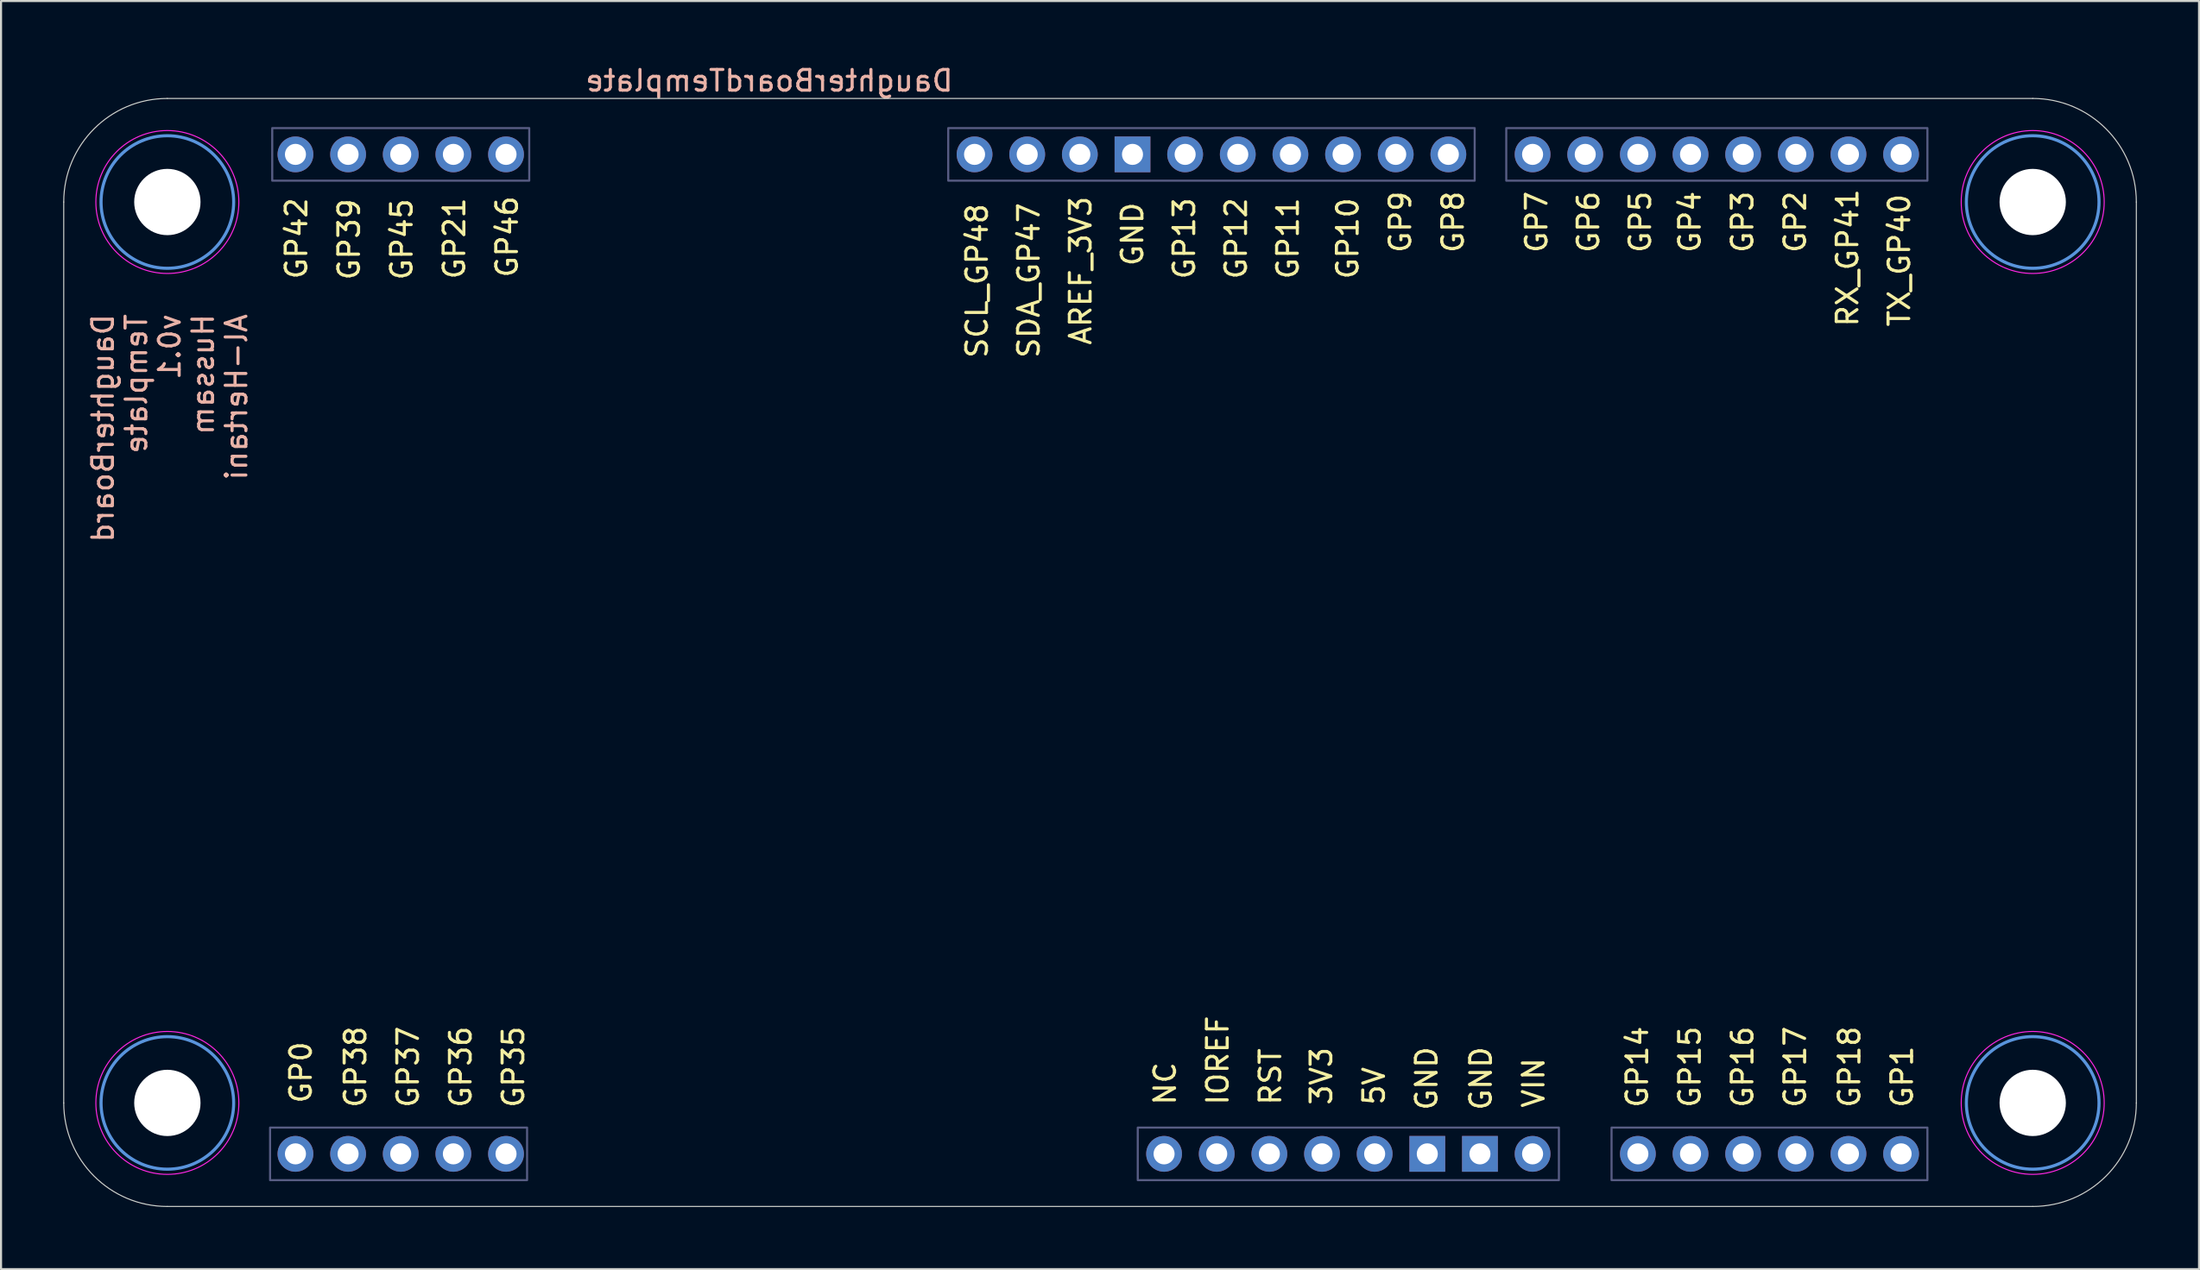
<source format=kicad_pcb>
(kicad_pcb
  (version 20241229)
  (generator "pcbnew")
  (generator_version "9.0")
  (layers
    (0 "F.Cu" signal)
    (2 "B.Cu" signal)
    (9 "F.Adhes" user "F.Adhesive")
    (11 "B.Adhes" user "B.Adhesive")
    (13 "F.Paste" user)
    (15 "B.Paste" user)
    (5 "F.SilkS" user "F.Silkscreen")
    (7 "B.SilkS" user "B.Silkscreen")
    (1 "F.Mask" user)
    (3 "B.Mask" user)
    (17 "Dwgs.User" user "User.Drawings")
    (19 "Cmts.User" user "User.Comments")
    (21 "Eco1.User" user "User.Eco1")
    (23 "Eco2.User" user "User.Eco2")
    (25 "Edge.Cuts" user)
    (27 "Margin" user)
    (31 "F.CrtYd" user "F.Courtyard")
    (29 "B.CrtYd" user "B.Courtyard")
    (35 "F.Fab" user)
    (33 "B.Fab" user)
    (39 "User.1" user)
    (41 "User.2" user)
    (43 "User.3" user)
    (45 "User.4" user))
  (footprint "DaughterBoardTemplate"
    (layer "F.Cu")
    (at 49.305 30.058)
    (property "Reference" "DaughterBoardTemplate" (at -15.24 -29.21 0) (layer "B.SilkS") (effects (font (size 1 1) (thickness 0.15)) (justify mirror)))
    (attr through_hole)
    (fp_circle (center -44.28 -23.354) (end -41.08 -23.354) (stroke (width 0.15) (type solid)) (fill no) (layer "Cmts.User"))
    (fp_circle (center -44.28 20.146) (end -41.08 20.146) (stroke (width 0.15) (type solid)) (fill no) (layer "Cmts.User"))
    (fp_circle (center 45.72 -23.354) (end 48.92 -23.354) (stroke (width 0.15) (type solid)) (fill no) (layer "Cmts.User"))
    (fp_circle (center 45.72 20.146) (end 48.92 20.146) (stroke (width 0.15) (type solid)) (fill no) (layer "Cmts.User"))
    (fp_line (start -49.28 20.146) (end -49.28 -23.354) (stroke (width 0.05) (type default)) (layer "Edge.Cuts"))
    (fp_line (start -44.28 -28.354) (end 45.72 -28.354) (stroke (width 0.05) (type default)) (layer "Edge.Cuts"))
    (fp_line (start 45.72 25.146) (end -44.28 25.146) (stroke (width 0.05) (type default)) (layer "Edge.Cuts"))
    (fp_line (start 50.72 -23.354) (end 50.72 20.146) (stroke (width 0.05) (type default)) (layer "Edge.Cuts"))
    (fp_arc (start -49.28 -23.354) (mid -47.815534 -26.889534) (end -44.28 -28.354) (stroke (width 0.05) (type default)) (layer "Edge.Cuts"))
    (fp_arc (start -44.28 25.146) (mid -47.815534 23.681534) (end -49.28 20.146) (stroke (width 0.05) (type default)) (layer "Edge.Cuts"))
    (fp_arc (start 45.72 -28.354) (mid 49.255534 -26.889534) (end 50.72 -23.354) (stroke (width 0.05) (type default)) (layer "Edge.Cuts"))
    (fp_arc (start 50.72 20.146) (mid 49.255534 23.681534) (end 45.72 25.146) (stroke (width 0.05) (type default)) (layer "Edge.Cuts"))
    (fp_circle (center -44.28 -23.354) (end -40.83 -23.354) (stroke (width 0.05) (type solid)) (fill no) (layer "F.CrtYd"))
    (fp_circle (center -44.28 20.146) (end -40.83 20.146) (stroke (width 0.05) (type solid)) (fill no) (layer "F.CrtYd"))
    (fp_circle (center 45.72 -23.354) (end 49.17 -23.354) (stroke (width 0.05) (type solid)) (fill no) (layer "F.CrtYd"))
    (fp_circle (center 45.72 20.146) (end 49.17 20.146) (stroke (width 0.05) (type solid)) (fill no) (layer "F.CrtYd"))
    (fp_rect (start -39.324 21.336) (end -26.924 23.876) (stroke (width 0.1) (type solid)) (fill no) (layer "B.Fab"))
    (fp_rect (start -39.22 -26.924) (end -26.82 -24.384) (stroke (width 0.1) (type solid)) (fill no) (layer "B.Fab"))
    (fp_rect (start -6.604 -26.924) (end 18.796 -24.384) (stroke (width 0.1) (type solid)) (fill no) (layer "B.Fab"))
    (fp_rect (start 2.54 21.336) (end 22.86 23.876) (stroke (width 0.1) (type solid)) (fill no) (layer "B.Fab"))
    (fp_rect (start 20.32 -26.924) (end 40.64 -24.384) (stroke (width 0.1) (type solid)) (fill no) (layer "B.Fab"))
    (fp_rect (start 25.4 21.336) (end 40.64 23.876) (stroke (width 0.1) (type solid)) (fill no) (layer "B.Fab"))
    (fp_text user "GP45" (at -32.385 -19.5 90) (unlocked yes) (layer "F.SilkS") (effects (font (size 1 1) (thickness 0.15)) (justify left bottom)))
    (fp_text user "GP21" (at -29.845 -19.544 90) (unlocked yes) (layer "F.SilkS") (effects (font (size 1 1) (thickness 0.15)) (justify left bottom)))
    (fp_text user "GP8" (at 18.335 -20.814 90) (unlocked yes) (layer "F.SilkS") (effects (font (size 1 1) (thickness 0.15)) (justify left bottom)))
    (fp_text user "3V3" (at 11.985 20.334 90) (unlocked yes) (layer "F.SilkS") (effects (font (size 1 1) (thickness 0.15)) (justify left bottom)))
    (fp_text user "5V" (at 14.525 20.334 90) (unlocked yes) (layer "F.SilkS") (effects (font (size 1 1) (thickness 0.15)) (justify left bottom)))
    (fp_text user "GND" (at 2.87 -20.179 90) (unlocked yes) (layer "F.SilkS") (effects (font (size 1 1) (thickness 0.15)) (justify left bottom)))
    (fp_text user "GP2" (at 34.845 -20.814 90) (unlocked yes) (layer "F.SilkS") (effects (font (size 1 1) (thickness 0.15)) (justify left bottom)))
    (fp_text user "GP35" (at -27 20.461 90) (unlocked yes) (layer "F.SilkS") (effects (font (size 1 1) (thickness 0.15)) (justify left bottom)))
    (fp_text user "VIN" (at 22.225 20.461 90) (unlocked yes) (layer "F.SilkS") (effects (font (size 1 1) (thickness 0.15)) (justify left bottom)))
    (fp_text user "NC" (at 4.445 20.334 90) (unlocked yes) (layer "F.SilkS") (effects (font (size 1 1) (thickness 0.15)) (justify left bottom)))
    (fp_text user "RST" (at 9.525 20.334 90) (unlocked yes) (layer "F.SilkS") (effects (font (size 1 1) (thickness 0.15)) (justify left bottom)))
    (fp_text user "GP36" (at -29.54 20.461 90) (unlocked yes) (layer "F.SilkS") (effects (font (size 1 1) (thickness 0.15)) (justify left bottom)))
    (fp_text user "GP1" (at 40.005 20.461 90) (unlocked yes) (layer "F.SilkS") (effects (font (size 1 1) (thickness 0.15)) (justify left bottom)))
    (fp_text user "SDA_GP47" (at -2.13 -15.734 90) (unlocked yes) (layer "F.SilkS") (effects (font (size 1 1) (thickness 0.15)) (justify left bottom)))
    (fp_text user "GP7" (at 22.37 -20.814 90) (unlocked yes) (layer "F.SilkS") (effects (font (size 1 1) (thickness 0.15)) (justify left bottom)))
    (fp_text user "GP12" (at 7.87 -19.544 90) (unlocked yes) (layer "F.SilkS") (effects (font (size 1 1) (thickness 0.15)) (justify left bottom)))
    (fp_text user "GND" (at 17.065 20.588 90) (unlocked yes) (layer "F.SilkS") (effects (font (size 1 1) (thickness 0.15)) (justify left bottom)))
    (fp_text user "GP11" (at 10.37 -19.544 90) (unlocked yes) (layer "F.SilkS") (effects (font (size 1 1) (thickness 0.15)) (justify left bottom)))
    (fp_text user "GP13" (at 5.37 -19.544 90) (unlocked yes) (layer "F.SilkS") (effects (font (size 1 1) (thickness 0.15)) (justify left bottom)))
    (fp_text user "TX_GP40" (at 39.87 -17.25 90) (unlocked yes) (layer "F.SilkS") (effects (font (size 1 1) (thickness 0.15)) (justify left bottom)))
    (fp_text user "GP39" (at -34.925 -19.5 90) (unlocked yes) (layer "F.SilkS") (effects (font (size 1 1) (thickness 0.15)) (justify left bottom)))
    (fp_text user "GP42" (at -37.465 -19.544 90) (unlocked yes) (layer "F.SilkS") (effects (font (size 1 1) (thickness 0.15)) (justify left bottom)))
    (fp_text user "GP9" (at 15.795 -20.814 90) (unlocked yes) (layer "F.SilkS") (effects (font (size 1 1) (thickness 0.15)) (justify left bottom)))
    (fp_text user "RX_GP41" (at 37.37 -17.25 90) (unlocked yes) (layer "F.SilkS") (effects (font (size 1 1) (thickness 0.15)) (justify left bottom)))
    (fp_text user "GP38" (at -34.62 20.461 90) (unlocked yes) (layer "F.SilkS") (effects (font (size 1 1) (thickness 0.15)) (justify left bottom)))
    (fp_text user "GP37" (at -32.08 20.461 90) (unlocked yes) (layer "F.SilkS") (effects (font (size 1 1) (thickness 0.15)) (justify left bottom)))
    (fp_text user "GND" (at 19.685 20.588 90) (unlocked yes) (layer "F.SilkS") (effects (font (size 1 1) (thickness 0.15)) (justify left bottom)))
    (fp_text user "GP5" (at 27.37 -20.814 90) (unlocked yes) (layer "F.SilkS") (effects (font (size 1 1) (thickness 0.15)) (justify left bottom)))
    (fp_text user "GP46" (at -27.305 -19.624 90) (unlocked yes) (layer "F.SilkS") (effects (font (size 1 1) (thickness 0.15)) (justify left bottom)))
    (fp_text user "GP14" (at 27.225 20.461 90) (unlocked yes) (layer "F.SilkS") (effects (font (size 1 1) (thickness 0.15)) (justify left bottom)))
    (fp_text user "SCL_GP48" (at -4.63 -15.734 90) (unlocked yes) (layer "F.SilkS") (effects (font (size 1 1) (thickness 0.15)) (justify left bottom)))
    (fp_text user "GP3" (at 32.305 -20.814 90) (unlocked yes) (layer "F.SilkS") (effects (font (size 1 1) (thickness 0.15)) (justify left bottom)))
    (fp_text user "GP15" (at 29.765 20.461 90) (unlocked yes) (layer "F.SilkS") (effects (font (size 1 1) (thickness 0.15)) (justify left bottom)))
    (fp_text user "GP4" (at 29.765 -20.814 90) (unlocked yes) (layer "F.SilkS") (effects (font (size 1 1) (thickness 0.15)) (justify left bottom)))
    (fp_text user "AREF_3V3" (at 0.37 -16.369 90) (unlocked yes) (layer "F.SilkS") (effects (font (size 1 1) (thickness 0.15)) (justify left bottom)))
    (fp_text user "GP18" (at 37.465 20.461 90) (unlocked yes) (layer "F.SilkS") (effects (font (size 1 1) (thickness 0.15)) (justify left bottom)))
    (fp_text user "GP17" (at 34.845 20.461 90) (unlocked yes) (layer "F.SilkS") (effects (font (size 1 1) (thickness 0.15)) (justify left bottom)))
    (fp_text user "GP16" (at 32.305 20.461 90) (unlocked yes) (layer "F.SilkS") (effects (font (size 1 1) (thickness 0.15)) (justify left bottom)))
    (fp_text user "GP6" (at 24.87 -20.814 90) (unlocked yes) (layer "F.SilkS") (effects (font (size 1 1) (thickness 0.15)) (justify left bottom)))
    (fp_text user "GP0" (at -37.25 20.25 90) (unlocked yes) (layer "F.SilkS") (effects (font (size 1 1) (thickness 0.15)) (justify left bottom)))
    (fp_text user "GP10" (at 13.255 -19.544 90) (unlocked yes) (layer "F.SilkS") (effects (font (size 1 1) (thickness 0.15)) (justify left bottom)))
    (fp_text user "IOREF" (at 6.985 20.334 90) (unlocked yes) (layer "F.SilkS") (effects (font (size 1 1) (thickness 0.15)) (justify left bottom)))
    (fp_text_box "DaughterBoard\nTemplate v0.1\nHussam\nAl-Hertani" (start -48.721 -18.782) (end -31.957 -8.114) (margins 0.75 0.75 0.75 0.75) (angle 90) (layer "B.SilkS") (effects (font (size 1 1) (thickness 0.15)) (justify left top mirror)) (border no) (stroke (width 0) (type solid)))
    (pad "" np_thru_hole circle (at -44.28 -23.354) (size 3.2 3.2) (drill 3.2) (layers "*.Cu" "*.Mask"))
    (pad "" np_thru_hole circle (at -44.28 20.146) (size 3.2 3.2) (drill 3.2) (layers "*.Cu" "*.Mask"))
    (pad "" np_thru_hole circle (at 45.72 -23.354) (size 3.2 3.2) (drill 3.2) (layers "*.Cu" "*.Mask"))
    (pad "" np_thru_hole circle (at 45.72 20.146) (size 3.2 3.2) (drill 3.2) (layers "*.Cu" "*.Mask"))
    (pad "0" thru_hole oval (at -38.1 22.606) (size 1.727 1.727) (drill 1.016) (layers "*.Cu" "*.Mask"))
    (pad "1" thru_hole oval (at 39.37 22.606) (size 1.727 1.727) (drill 1.016) (layers "*.Cu" "*.Mask"))
    (pad "2" thru_hole oval (at 34.29 -25.654) (size 1.727 1.727) (drill 1.016) (layers "*.Cu" "*.Mask"))
    (pad "3" thru_hole oval (at 31.75 -25.654) (size 1.727 1.727) (drill 1.016) (layers "*.Cu" "*.Mask"))
    (pad "4" thru_hole oval (at 29.21 -25.654) (size 1.727 1.727) (drill 1.016) (layers "*.Cu" "*.Mask"))
    (pad "5" thru_hole oval (at 26.67 -25.654) (size 1.727 1.727) (drill 1.016) (layers "*.Cu" "*.Mask"))
    (pad "6" thru_hole oval (at 24.13 -25.654) (size 1.727 1.727) (drill 1.016) (layers "*.Cu" "*.Mask"))
    (pad "7" thru_hole oval (at 21.59 -25.654) (size 1.727 1.727) (drill 1.016) (layers "*.Cu" "*.Mask"))
    (pad "8" thru_hole oval (at 17.526 -25.654) (size 1.727 1.727) (drill 1.016) (layers "*.Cu" "*.Mask"))
    (pad "9" thru_hole oval (at 14.986 -25.654) (size 1.727 1.727) (drill 1.016) (layers "*.Cu" "*.Mask"))
    (pad "10" thru_hole oval (at 12.446 -25.654) (size 1.727 1.727) (drill 1.016) (layers "*.Cu" "*.Mask"))
    (pad "11" thru_hole oval (at 9.906 -25.654) (size 1.727 1.727) (drill 1.016) (layers "*.Cu" "*.Mask"))
    (pad "12" thru_hole oval (at 7.366 -25.654) (size 1.727 1.727) (drill 1.016) (layers "*.Cu" "*.Mask"))
    (pad "13" thru_hole oval (at 4.826 -25.654) (size 1.727 1.727) (drill 1.016) (layers "*.Cu" "*.Mask"))
    (pad "14" thru_hole oval (at 26.67 22.606) (size 1.727 1.727) (drill 1.016) (layers "*.Cu" "*.Mask"))
    (pad "15" thru_hole oval (at 29.21 22.606) (size 1.727 1.727) (drill 1.016) (layers "*.Cu" "*.Mask"))
    (pad "16" thru_hole oval (at 31.75 22.606) (size 1.727 1.727) (drill 1.016) (layers "*.Cu" "*.Mask"))
    (pad "17" thru_hole oval (at 34.29 22.606) (size 1.727 1.727) (drill 1.016) (layers "*.Cu" "*.Mask"))
    (pad "18" thru_hole oval (at 36.83 22.606) (size 1.727 1.727) (drill 1.016) (layers "*.Cu" "*.Mask"))
    (pad "21" thru_hole oval (at -30.48 -25.654) (size 1.727 1.727) (drill 1.016) (layers "*.Cu" "*.Mask"))
    (pad "22" thru_hole oval (at 21.59 22.606) (size 1.727 1.727) (drill 1.016) (layers "*.Cu" "*.Mask"))
    (pad "23" thru_hole rect (at 19.05 22.606) (size 1.727 1.727) (drill 1.016) (layers "*.Cu" "*.Mask"))
    (pad "24" thru_hole rect (at 16.51 22.606) (size 1.727 1.727) (drill 1.016) (layers "*.Cu" "*.Mask"))
    (pad "25" thru_hole oval (at 13.97 22.606) (size 1.727 1.727) (drill 1.016) (layers "*.Cu" "*.Mask"))
    (pad "26" thru_hole oval (at 11.43 22.606) (size 1.727 1.727) (drill 1.016) (layers "*.Cu" "*.Mask"))
    (pad "27" thru_hole oval (at 8.89 22.606) (size 1.727 1.727) (drill 1.016) (layers "*.Cu" "*.Mask"))
    (pad "28" thru_hole oval (at 6.35 22.606) (size 1.727 1.727) (drill 1.016) (layers "*.Cu" "*.Mask"))
    (pad "29" thru_hole oval (at 3.81 22.606) (size 1.727 1.727) (drill 1.016) (layers "*.Cu" "*.Mask"))
    (pad "30" thru_hole rect (at 2.286 -25.654) (size 1.727 1.727) (drill 1.016) (layers "*.Cu" "*.Mask"))
    (pad "32" thru_hole oval (at -0.254 -25.654) (size 1.727 1.727) (drill 1.016) (layers "*.Cu" "*.Mask"))
    (pad "35" thru_hole oval (at -27.94 22.606) (size 1.727 1.727) (drill 1.016) (layers "*.Cu" "*.Mask"))
    (pad "36" thru_hole oval (at -30.48 22.606) (size 1.727 1.727) (drill 1.016) (layers "*.Cu" "*.Mask"))
    (pad "37" thru_hole oval (at -33.02 22.606) (size 1.727 1.727) (drill 1.016) (layers "*.Cu" "*.Mask"))
    (pad "38" thru_hole oval (at -35.56 22.606) (size 1.727 1.727) (drill 1.016) (layers "*.Cu" "*.Mask"))
    (pad "39" thru_hole oval (at -35.56 -25.654) (size 1.727 1.727) (drill 1.016) (layers "*.Cu" "*.Mask"))
    (pad "40" thru_hole oval (at 39.37 -25.654) (size 1.727 1.727) (drill 1.016) (layers "*.Cu" "*.Mask"))
    (pad "41" thru_hole oval (at 36.83 -25.654) (size 1.727 1.727) (drill 1.016) (layers "*.Cu" "*.Mask"))
    (pad "42" thru_hole oval (at -38.1 -25.654) (size 1.727 1.727) (drill 1.016) (layers "*.Cu" "*.Mask"))
    (pad "45" thru_hole oval (at -33.02 -25.654) (size 1.727 1.727) (drill 1.016) (layers "*.Cu" "*.Mask"))
    (pad "46" thru_hole oval (at -27.94 -25.654) (size 1.727 1.727) (drill 1.016) (layers "*.Cu" "*.Mask"))
    (pad "47" thru_hole oval (at -2.794 -25.654) (size 1.727 1.727) (drill 1.016) (layers "*.Cu" "*.Mask"))
    (pad "48" thru_hole oval (at -5.334 -25.654) (size 1.727 1.727) (drill 1.016) (layers "*.Cu" "*.Mask")))
  (gr_rect
    (start -3 -3)
    (end 103.05 58.229)
    (stroke (width 0.1) (type default))
    (fill no)
    (layer "Edge.Cuts")))
</source>
